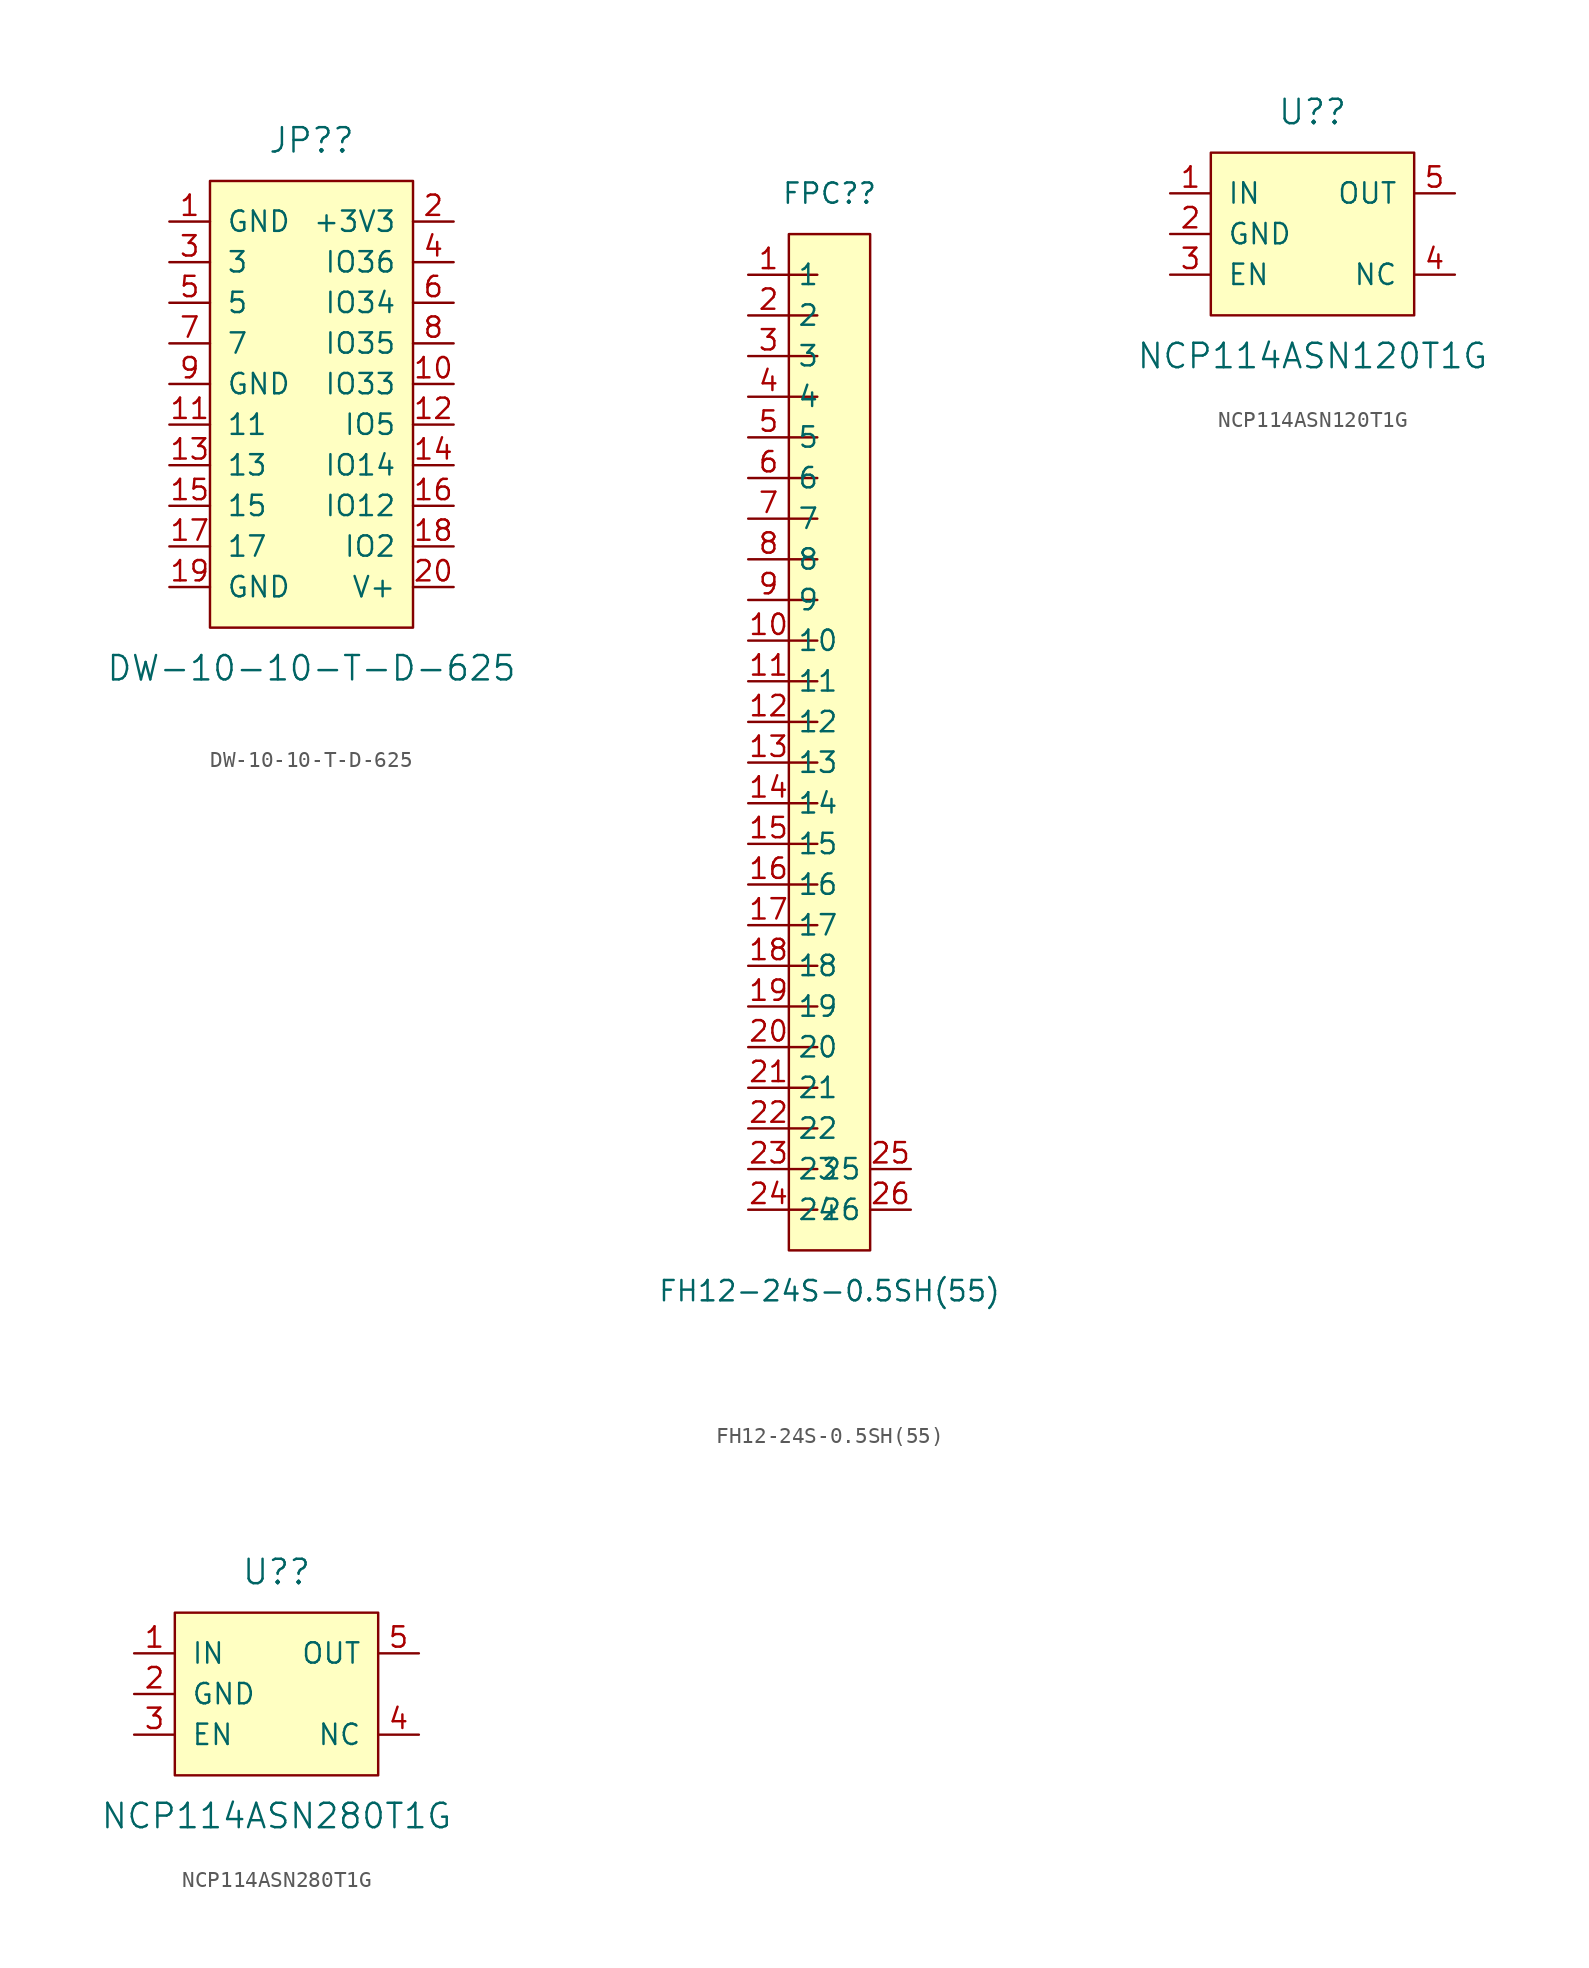
<source format=kicad_sym>
(kicad_symbol_lib
  (version 20211014)
  (generator kicad_symbol_editor)
  (symbol "DW-10-10-T-D-625"
    (pin_names
      (offset 1.016))
    (property "Reference" "JP?"
      (at 0 17.78 0)
      (effects (font (size 1.524 1.524))))
    (property "Value" "DW-10-10-T-D-625"
      (at 0 -15.24 0)
      (effects (font (size 1.524 1.524))))
    (symbol "DW-10-10-T-D-625_1_1"
      (rectangle (start -6.35 15.24) (end 6.35 -12.7) (stroke (width 0) (type default) (color 0 0 0 0)) (fill (type background)))
      (pin input line (at -8.89 12.7 0) (length 2.54) (name "GND" (effects (font (size 1.27 1.27)))) (number "1" (effects (font (size 1.27 1.27)))))
      (pin input line (at 8.89 2.54 180) (length 2.54) (name "IO33" (effects (font (size 1.27 1.27)))) (number "10" (effects (font (size 1.27 1.27)))))
      (pin input line (at -8.89 0 0) (length 2.54) (name "11" (effects (font (size 1.27 1.27)))) (number "11" (effects (font (size 1.27 1.27)))))
      (pin input line (at 8.89 0 180) (length 2.54) (name "IO5" (effects (font (size 1.27 1.27)))) (number "12" (effects (font (size 1.27 1.27)))))
      (pin input line (at -8.89 -2.54 0) (length 2.54) (name "13" (effects (font (size 1.27 1.27)))) (number "13" (effects (font (size 1.27 1.27)))))
      (pin input line (at 8.89 -2.54 180) (length 2.54) (name "IO14" (effects (font (size 1.27 1.27)))) (number "14" (effects (font (size 1.27 1.27)))))
      (pin input line (at -8.89 -5.08 0) (length 2.54) (name "15" (effects (font (size 1.27 1.27)))) (number "15" (effects (font (size 1.27 1.27)))))
      (pin input line (at 8.89 -5.08 180) (length 2.54) (name "IO12" (effects (font (size 1.27 1.27)))) (number "16" (effects (font (size 1.27 1.27)))))
      (pin input line (at -8.89 -7.62 0) (length 2.54) (name "17" (effects (font (size 1.27 1.27)))) (number "17" (effects (font (size 1.27 1.27)))))
      (pin input line (at 8.89 -7.62 180) (length 2.54) (name "IO2" (effects (font (size 1.27 1.27)))) (number "18" (effects (font (size 1.27 1.27)))))
      (pin input line (at -8.89 -10.16 0) (length 2.54) (name "GND" (effects (font (size 1.27 1.27)))) (number "19" (effects (font (size 1.27 1.27)))))
      (pin input line (at 8.89 12.7 180) (length 2.54) (name "+3V3" (effects (font (size 1.27 1.27)))) (number "2" (effects (font (size 1.27 1.27)))))
      (pin input line (at 8.89 -10.16 180) (length 2.54) (name "V+" (effects (font (size 1.27 1.27)))) (number "20" (effects (font (size 1.27 1.27)))))
      (pin input line (at -8.89 10.16 0) (length 2.54) (name "3" (effects (font (size 1.27 1.27)))) (number "3" (effects (font (size 1.27 1.27)))))
      (pin input line (at 8.89 10.16 180) (length 2.54) (name "IO36" (effects (font (size 1.27 1.27)))) (number "4" (effects (font (size 1.27 1.27)))))
      (pin input line (at -8.89 7.62 0) (length 2.54) (name "5" (effects (font (size 1.27 1.27)))) (number "5" (effects (font (size 1.27 1.27)))))
      (pin input line (at 8.89 7.62 180) (length 2.54) (name "IO34" (effects (font (size 1.27 1.27)))) (number "6" (effects (font (size 1.27 1.27)))))
      (pin input line (at -8.89 5.08 0) (length 2.54) (name "7" (effects (font (size 1.27 1.27)))) (number "7" (effects (font (size 1.27 1.27)))))
      (pin input line (at 8.89 5.08 180) (length 2.54) (name "IO35" (effects (font (size 1.27 1.27)))) (number "8" (effects (font (size 1.27 1.27)))))
      (pin input line (at -8.89 2.54 0) (length 2.54) (name "GND" (effects (font (size 1.27 1.27)))) (number "9" (effects (font (size 1.27 1.27)))))))
  (symbol "FH12-24S-0.5SH(55)"
    (property "Reference" "FPC?"
      (at 0 34.29 0)
      (effects (font (size 1.27 1.27))))
    (property "Value" "FH12-24S-0.5SH(55)"
      (at 0 -34.29 0)
      (effects (font (size 1.27 1.27))))
    (symbol "FH12-24S-0.5SH(55)_0_1"
      (polyline (pts (xy -2.54 -29.21) (xy -0.762 -29.21)) (stroke (width 0) (type default) (color 0 0 0 0)) (fill (type none)))
      (polyline (pts (xy -2.54 -26.67) (xy -0.762 -26.67)) (stroke (width 0) (type default) (color 0 0 0 0)) (fill (type none)))
      (polyline (pts (xy -2.54 -24.13) (xy -0.762 -24.13)) (stroke (width 0) (type default) (color 0 0 0 0)) (fill (type none)))
      (polyline (pts (xy -2.54 -21.59) (xy -0.762 -21.59)) (stroke (width 0) (type default) (color 0 0 0 0)) (fill (type none)))
      (polyline (pts (xy -2.54 -19.05) (xy -0.762 -19.05)) (stroke (width 0) (type default) (color 0 0 0 0)) (fill (type none)))
      (polyline (pts (xy -2.54 -16.51) (xy -0.762 -16.51)) (stroke (width 0) (type default) (color 0 0 0 0)) (fill (type none)))
      (polyline (pts (xy -2.54 -13.97) (xy -0.762 -13.97)) (stroke (width 0) (type default) (color 0 0 0 0)) (fill (type none)))
      (polyline (pts (xy -2.54 -11.43) (xy -0.762 -11.43)) (stroke (width 0) (type default) (color 0 0 0 0)) (fill (type none)))
      (polyline (pts (xy -2.54 -8.89) (xy -0.762 -8.89)) (stroke (width 0) (type default) (color 0 0 0 0)) (fill (type none)))
      (polyline (pts (xy -2.54 -6.35) (xy -0.762 -6.35)) (stroke (width 0) (type default) (color 0 0 0 0)) (fill (type none)))
      (polyline (pts (xy -2.54 -3.81) (xy -0.762 -3.81)) (stroke (width 0) (type default) (color 0 0 0 0)) (fill (type none)))
      (polyline (pts (xy -2.54 -1.27) (xy -0.762 -1.27)) (stroke (width 0) (type default) (color 0 0 0 0)) (fill (type none)))
      (polyline (pts (xy -2.54 1.27) (xy -0.762 1.27)) (stroke (width 0) (type default) (color 0 0 0 0)) (fill (type none)))
      (polyline (pts (xy -2.54 3.81) (xy -0.762 3.81)) (stroke (width 0) (type default) (color 0 0 0 0)) (fill (type none)))
      (polyline (pts (xy -2.54 6.35) (xy -0.762 6.35)) (stroke (width 0) (type default) (color 0 0 0 0)) (fill (type none)))
      (polyline (pts (xy -2.54 8.89) (xy -0.762 8.89)) (stroke (width 0) (type default) (color 0 0 0 0)) (fill (type none)))
      (polyline (pts (xy -2.54 11.43) (xy -0.762 11.43)) (stroke (width 0) (type default) (color 0 0 0 0)) (fill (type none)))
      (polyline (pts (xy -2.54 13.97) (xy -0.762 13.97)) (stroke (width 0) (type default) (color 0 0 0 0)) (fill (type none)))
      (polyline (pts (xy -2.54 16.51) (xy -0.762 16.51)) (stroke (width 0) (type default) (color 0 0 0 0)) (fill (type none)))
      (polyline (pts (xy -2.54 19.05) (xy -0.762 19.05)) (stroke (width 0) (type default) (color 0 0 0 0)) (fill (type none)))
      (polyline (pts (xy -2.54 21.59) (xy -0.762 21.59)) (stroke (width 0) (type default) (color 0 0 0 0)) (fill (type none)))
      (polyline (pts (xy -2.54 24.13) (xy -0.762 24.13)) (stroke (width 0) (type default) (color 0 0 0 0)) (fill (type none)))
      (polyline (pts (xy -2.54 26.67) (xy -0.762 26.67)) (stroke (width 0) (type default) (color 0 0 0 0)) (fill (type none)))
      (polyline (pts (xy -2.54 29.21) (xy -0.762 29.21)) (stroke (width 0) (type default) (color 0 0 0 0)) (fill (type none)))
      (polyline (pts (xy -2.54 31.75) (xy 2.54 31.75) (xy 2.54 -31.75) (xy 0 -31.75) (xy -2.54 -31.75) (xy -2.54 31.75)) (stroke (width 0) (type default) (color 0 0 0 0)) (fill (type background)))
      (pin unspecified line (at -5.08 29.21 0) (length 2.54) (name "1" (effects (font (size 1.27 1.27)))) (number "1" (effects (font (size 1.27 1.27)))))
      (pin unspecified line (at -5.08 6.35 0) (length 2.54) (name "10" (effects (font (size 1.27 1.27)))) (number "10" (effects (font (size 1.27 1.27)))))
      (pin unspecified line (at -5.08 3.81 0) (length 2.54) (name "11" (effects (font (size 1.27 1.27)))) (number "11" (effects (font (size 1.27 1.27)))))
      (pin unspecified line (at -5.08 1.27 0) (length 2.54) (name "12" (effects (font (size 1.27 1.27)))) (number "12" (effects (font (size 1.27 1.27)))))
      (pin unspecified line (at -5.08 -1.27 0) (length 2.54) (name "13" (effects (font (size 1.27 1.27)))) (number "13" (effects (font (size 1.27 1.27)))))
      (pin unspecified line (at -5.08 -3.81 0) (length 2.54) (name "14" (effects (font (size 1.27 1.27)))) (number "14" (effects (font (size 1.27 1.27)))))
      (pin unspecified line (at -5.08 -6.35 0) (length 2.54) (name "15" (effects (font (size 1.27 1.27)))) (number "15" (effects (font (size 1.27 1.27)))))
      (pin unspecified line (at -5.08 -8.89 0) (length 2.54) (name "16" (effects (font (size 1.27 1.27)))) (number "16" (effects (font (size 1.27 1.27)))))
      (pin unspecified line (at -5.08 -11.43 0) (length 2.54) (name "17" (effects (font (size 1.27 1.27)))) (number "17" (effects (font (size 1.27 1.27)))))
      (pin unspecified line (at -5.08 -13.97 0) (length 2.54) (name "18" (effects (font (size 1.27 1.27)))) (number "18" (effects (font (size 1.27 1.27)))))
      (pin unspecified line (at -5.08 -16.51 0) (length 2.54) (name "19" (effects (font (size 1.27 1.27)))) (number "19" (effects (font (size 1.27 1.27)))))
      (pin unspecified line (at -5.08 26.67 0) (length 2.54) (name "2" (effects (font (size 1.27 1.27)))) (number "2" (effects (font (size 1.27 1.27)))))
      (pin unspecified line (at -5.08 -19.05 0) (length 2.54) (name "20" (effects (font (size 1.27 1.27)))) (number "20" (effects (font (size 1.27 1.27)))))
      (pin unspecified line (at -5.08 -21.59 0) (length 2.54) (name "21" (effects (font (size 1.27 1.27)))) (number "21" (effects (font (size 1.27 1.27)))))
      (pin unspecified line (at -5.08 -24.13 0) (length 2.54) (name "22" (effects (font (size 1.27 1.27)))) (number "22" (effects (font (size 1.27 1.27)))))
      (pin unspecified line (at -5.08 -26.67 0) (length 2.54) (name "23" (effects (font (size 1.27 1.27)))) (number "23" (effects (font (size 1.27 1.27)))))
      (pin unspecified line (at -5.08 -29.21 0) (length 2.54) (name "24" (effects (font (size 1.27 1.27)))) (number "24" (effects (font (size 1.27 1.27)))))
      (pin unspecified line (at 5.08 -26.67 180) (length 2.54) (name "25" (effects (font (size 1.27 1.27)))) (number "25" (effects (font (size 1.27 1.27)))))
      (pin unspecified line (at 5.08 -29.21 180) (length 2.54) (name "26" (effects (font (size 1.27 1.27)))) (number "26" (effects (font (size 1.27 1.27)))))
      (pin unspecified line (at -5.08 24.13 0) (length 2.54) (name "3" (effects (font (size 1.27 1.27)))) (number "3" (effects (font (size 1.27 1.27)))))
      (pin unspecified line (at -5.08 21.59 0) (length 2.54) (name "4" (effects (font (size 1.27 1.27)))) (number "4" (effects (font (size 1.27 1.27)))))
      (pin unspecified line (at -5.08 19.05 0) (length 2.54) (name "5" (effects (font (size 1.27 1.27)))) (number "5" (effects (font (size 1.27 1.27)))))
      (pin unspecified line (at -5.08 16.51 0) (length 2.54) (name "6" (effects (font (size 1.27 1.27)))) (number "6" (effects (font (size 1.27 1.27)))))
      (pin unspecified line (at -5.08 13.97 0) (length 2.54) (name "7" (effects (font (size 1.27 1.27)))) (number "7" (effects (font (size 1.27 1.27)))))
      (pin unspecified line (at -5.08 11.43 0) (length 2.54) (name "8" (effects (font (size 1.27 1.27)))) (number "8" (effects (font (size 1.27 1.27)))))
      (pin unspecified line (at -5.08 8.89 0) (length 2.54) (name "9" (effects (font (size 1.27 1.27)))) (number "9" (effects (font (size 1.27 1.27)))))))
  (symbol "NCP114ASN120T1G"
    (pin_names
      (offset 1.016))
    (property "Reference" "U?"
      (at 0 7.62 0)
      (effects (font (size 1.524 1.524))))
    (property "Value" "NCP114ASN120T1G"
      (at 0 -7.62 0)
      (effects (font (size 1.524 1.524))))
    (symbol "NCP114ASN120T1G_1_1"
      (rectangle (start -6.35 5.08) (end 6.35 -5.08) (stroke (width 0) (type default) (color 0 0 0 0)) (fill (type background)))
      (pin unspecified line (at -8.89 2.54 0) (length 2.54) (name "IN" (effects (font (size 1.27 1.27)))) (number "1" (effects (font (size 1.27 1.27)))))
      (pin unspecified line (at -8.89 0 0) (length 2.54) (name "GND" (effects (font (size 1.27 1.27)))) (number "2" (effects (font (size 1.27 1.27)))))
      (pin unspecified line (at -8.89 -2.54 0) (length 2.54) (name "EN" (effects (font (size 1.27 1.27)))) (number "3" (effects (font (size 1.27 1.27)))))
      (pin unspecified line (at 8.89 -2.54 180) (length 2.54) (name "NC" (effects (font (size 1.27 1.27)))) (number "4" (effects (font (size 1.27 1.27)))))
      (pin unspecified line (at 8.89 2.54 180) (length 2.54) (name "OUT" (effects (font (size 1.27 1.27)))) (number "5" (effects (font (size 1.27 1.27)))))))
  (symbol "NCP114ASN280T1G"
    (pin_names
      (offset 1.016))
    (property "Reference" "U?"
      (at 0 7.62 0)
      (effects (font (size 1.524 1.524))))
    (property "Value" "NCP114ASN280T1G"
      (at 0 -7.62 0)
      (effects (font (size 1.524 1.524))))
    (symbol "NCP114ASN280T1G_1_1"
      (rectangle (start -6.35 5.08) (end 6.35 -5.08) (stroke (width 0) (type default) (color 0 0 0 0)) (fill (type background)))
      (pin unspecified line (at -8.89 2.54 0) (length 2.54) (name "IN" (effects (font (size 1.27 1.27)))) (number "1" (effects (font (size 1.27 1.27)))))
      (pin unspecified line (at -8.89 0 0) (length 2.54) (name "GND" (effects (font (size 1.27 1.27)))) (number "2" (effects (font (size 1.27 1.27)))))
      (pin unspecified line (at -8.89 -2.54 0) (length 2.54) (name "EN" (effects (font (size 1.27 1.27)))) (number "3" (effects (font (size 1.27 1.27)))))
      (pin unspecified line (at 8.89 -2.54 180) (length 2.54) (name "NC" (effects (font (size 1.27 1.27)))) (number "4" (effects (font (size 1.27 1.27)))))
      (pin unspecified line (at 8.89 2.54 180) (length 2.54) (name "OUT" (effects (font (size 1.27 1.27)))) (number "5" (effects (font (size 1.27 1.27))))))))
</source>
